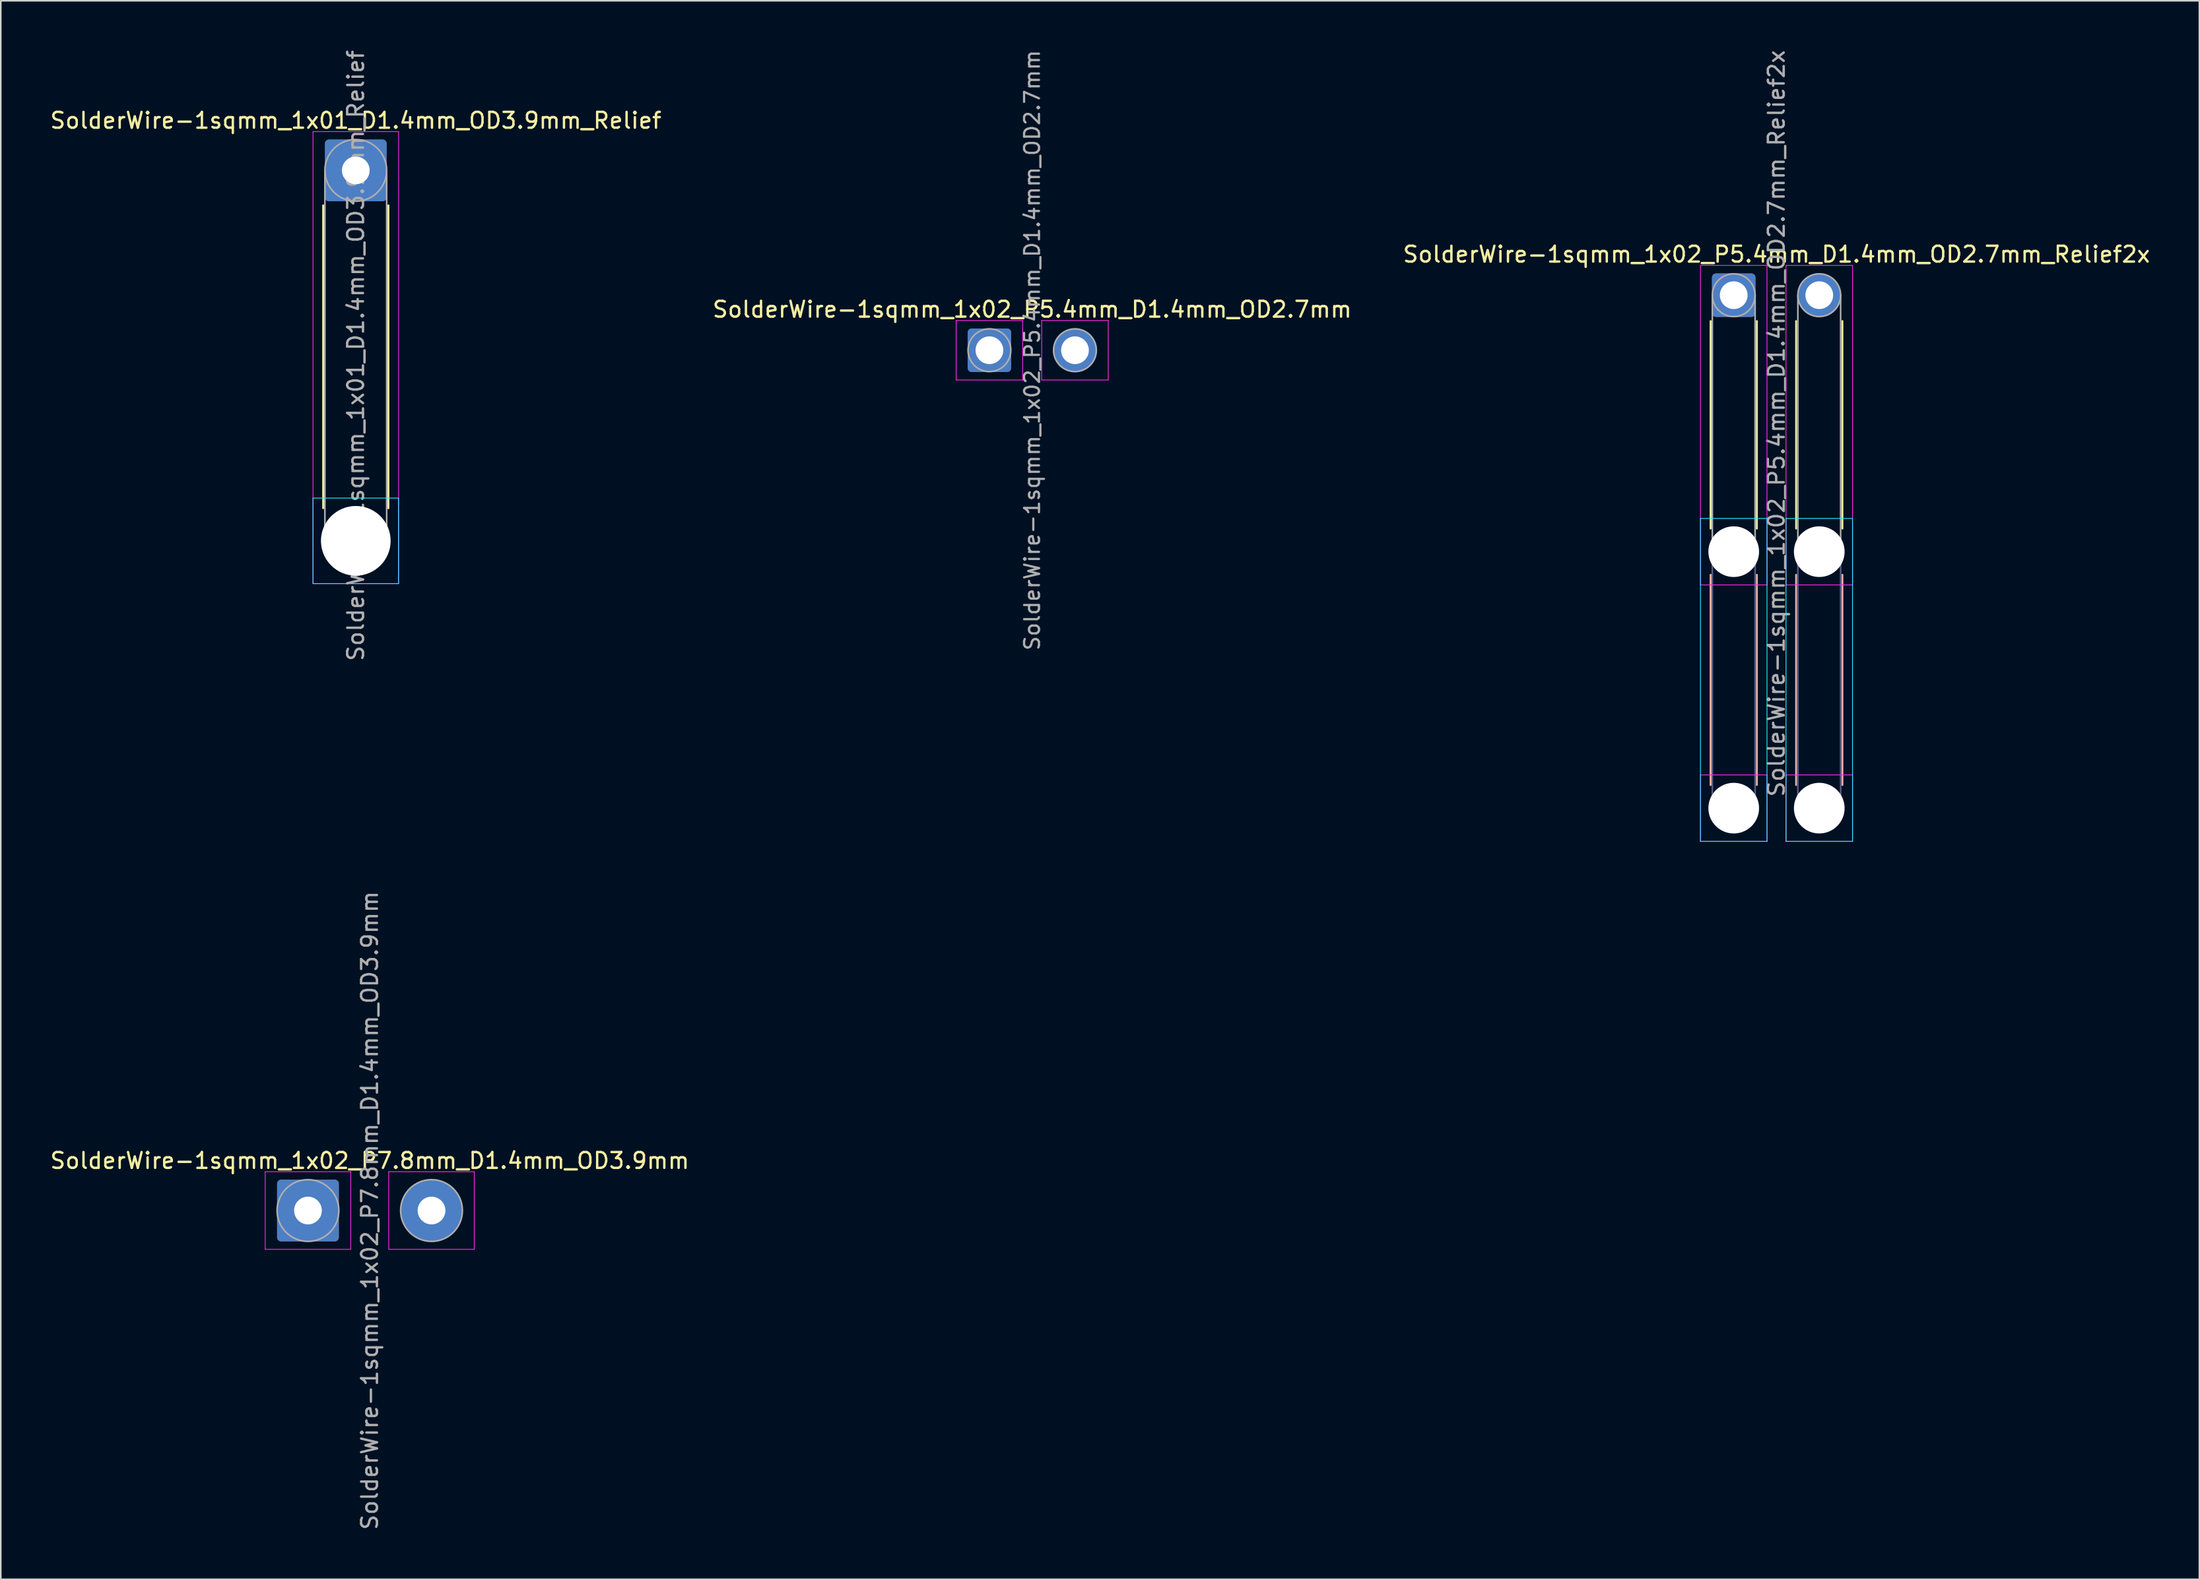
<source format=kicad_pcb>
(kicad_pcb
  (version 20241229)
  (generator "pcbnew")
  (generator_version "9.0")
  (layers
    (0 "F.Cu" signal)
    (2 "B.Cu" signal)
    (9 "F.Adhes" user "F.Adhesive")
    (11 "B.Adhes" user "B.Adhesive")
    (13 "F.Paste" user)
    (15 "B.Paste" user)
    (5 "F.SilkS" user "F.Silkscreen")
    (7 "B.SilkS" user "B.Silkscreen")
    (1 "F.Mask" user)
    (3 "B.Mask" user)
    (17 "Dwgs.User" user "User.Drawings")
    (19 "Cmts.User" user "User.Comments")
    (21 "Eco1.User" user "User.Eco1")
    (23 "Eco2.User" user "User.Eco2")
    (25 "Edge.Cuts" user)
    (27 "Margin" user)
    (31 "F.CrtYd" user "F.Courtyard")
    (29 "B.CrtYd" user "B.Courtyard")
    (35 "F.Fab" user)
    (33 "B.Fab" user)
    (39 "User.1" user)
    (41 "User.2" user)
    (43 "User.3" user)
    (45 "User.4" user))
  (footprint "SolderWire-1sqmm_1x02_P7.8mm_D1.4mm_OD3.9mm"
    (layer "F.Cu")
    (at 16.392 73.413)
    (property "Reference" "SolderWire-1sqmm_1x02_P7.8mm_D1.4mm_OD3.9mm" (at 3.9 -3.15 0) (layer "F.SilkS") (effects (font (size 1 1) (thickness 0.15))))
    (attr exclude_from_pos_files exclude_from_bom)
    (fp_line (start -2.7 -2.45) (end -2.7 2.45) (stroke (width 0.05) (type solid)) (layer "F.CrtYd"))
    (fp_line (start -2.7 2.45) (end 2.7 2.45) (stroke (width 0.05) (type solid)) (layer "F.CrtYd"))
    (fp_line (start 2.7 -2.45) (end -2.7 -2.45) (stroke (width 0.05) (type solid)) (layer "F.CrtYd"))
    (fp_line (start 2.7 2.45) (end 2.7 -2.45) (stroke (width 0.05) (type solid)) (layer "F.CrtYd"))
    (fp_line (start 5.1 -2.45) (end 5.1 2.45) (stroke (width 0.05) (type solid)) (layer "F.CrtYd"))
    (fp_line (start 5.1 2.45) (end 10.5 2.45) (stroke (width 0.05) (type solid)) (layer "F.CrtYd"))
    (fp_line (start 10.5 -2.45) (end 5.1 -2.45) (stroke (width 0.05) (type solid)) (layer "F.CrtYd"))
    (fp_line (start 10.5 2.45) (end 10.5 -2.45) (stroke (width 0.05) (type solid)) (layer "F.CrtYd"))
    (fp_circle (center 0 0) (end 1.95 0) (stroke (width 0.1) (type solid)) (fill no) (layer "F.Fab"))
    (fp_circle (center 7.8 0) (end 9.75 0) (stroke (width 0.1) (type solid)) (fill no) (layer "F.Fab"))
    (fp_text user "${REFERENCE}" (at 3.9 0 90) (layer "F.Fab") (effects (font (size 1 1) (thickness 0.15))))
    (pad "1" thru_hole roundrect (at 0 0) (size 3.9 3.9) (drill 1.75) (layers "*.Cu" "*.Mask") (roundrect_rratio 0.064))
    (pad "2" thru_hole circle (at 7.8 0) (size 3.9 3.9) (drill 1.75) (layers "*.Cu" "*.Mask")))
  (footprint "SolderWire-1sqmm_1x01_D1.4mm_OD3.9mm_Relief"
    (layer "F.Cu")
    (at 19.411 7.711)
    (property "Reference" "SolderWire-1sqmm_1x01_D1.4mm_OD3.9mm_Relief" (at 0 -3.15 0) (layer "F.SilkS") (effects (font (size 1 1) (thickness 0.15))))
    (attr exclude_from_pos_files exclude_from_bom)
    (fp_line (start -2.06 2.21) (end -2.06 21.34) (stroke (width 0.12) (type solid)) (layer "F.SilkS"))
    (fp_line (start 2.06 2.21) (end 2.06 21.34) (stroke (width 0.12) (type solid)) (layer "F.SilkS"))
    (fp_line (start -2.7 20.7) (end -2.7 26.1) (stroke (width 0.05) (type solid)) (layer "B.CrtYd"))
    (fp_line (start -2.7 26.1) (end 2.7 26.1) (stroke (width 0.05) (type solid)) (layer "B.CrtYd"))
    (fp_line (start 2.7 20.7) (end -2.7 20.7) (stroke (width 0.05) (type solid)) (layer "B.CrtYd"))
    (fp_line (start 2.7 26.1) (end 2.7 20.7) (stroke (width 0.05) (type solid)) (layer "B.CrtYd"))
    (fp_line (start -2.7 -2.45) (end -2.7 26.1) (stroke (width 0.05) (type solid)) (layer "F.CrtYd"))
    (fp_line (start -2.7 26.1) (end 2.7 26.1) (stroke (width 0.05) (type solid)) (layer "F.CrtYd"))
    (fp_line (start 2.7 -2.45) (end -2.7 -2.45) (stroke (width 0.05) (type solid)) (layer "F.CrtYd"))
    (fp_line (start 2.7 26.1) (end 2.7 -2.45) (stroke (width 0.05) (type solid)) (layer "F.CrtYd"))
    (fp_line (start -1.95 0) (end -1.95 23.4) (stroke (width 0.1) (type solid)) (layer "F.Fab"))
    (fp_line (start 1.95 0) (end 1.95 23.4) (stroke (width 0.1) (type solid)) (layer "F.Fab"))
    (fp_circle (center 0 0) (end 1.95 0) (stroke (width 0.1) (type solid)) (fill no) (layer "F.Fab"))
    (fp_circle (center 0 23.4) (end 1.95 23.4) (stroke (width 0.1) (type solid)) (fill no) (layer "F.Fab"))
    (fp_text user "${REFERENCE}" (at 0 11.7 90) (layer "F.Fab") (effects (font (size 1 1) (thickness 0.15))))
    (pad "" np_thru_hole circle (at 0 23.4) (size 4.4 4.4) (drill 4.4) (layers "*.Cu" "*.Mask"))
    (pad "1" thru_hole roundrect (at 0 0) (size 3.9 3.9) (drill 1.75) (layers "*.Cu" "*.Mask") (roundrect_rratio 0.064)))
  (footprint "SolderWire-1sqmm_1x02_P5.4mm_D1.4mm_OD2.7mm_Relief2x"
    (layer "F.Cu")
    (at 106.401 15.596)
    (property "Reference" "SolderWire-1sqmm_1x02_P5.4mm_D1.4mm_OD2.7mm_Relief2x" (at 2.7 -2.58 0) (layer "F.SilkS") (effects (font (size 1 1) (thickness 0.15))))
    (attr exclude_from_pos_files exclude_from_bom)
    (fp_line (start -1.46 1.635) (end -1.46 14.74) (stroke (width 0.12) (type solid)) (layer "F.SilkS"))
    (fp_line (start 1.46 1.635) (end 1.46 14.74) (stroke (width 0.12) (type solid)) (layer "F.SilkS"))
    (fp_line (start 3.94 1.635) (end 3.94 14.74) (stroke (width 0.12) (type solid)) (layer "F.SilkS"))
    (fp_line (start 6.86 1.635) (end 6.86 14.74) (stroke (width 0.12) (type solid)) (layer "F.SilkS"))
    (fp_line (start -1.46 17.66) (end -1.46 30.94) (stroke (width 0.12) (type solid)) (layer "B.SilkS"))
    (fp_line (start 1.46 17.66) (end 1.46 30.94) (stroke (width 0.12) (type solid)) (layer "B.SilkS"))
    (fp_line (start 3.94 17.66) (end 3.94 30.94) (stroke (width 0.12) (type solid)) (layer "B.SilkS"))
    (fp_line (start 6.86 17.66) (end 6.86 30.94) (stroke (width 0.12) (type solid)) (layer "B.SilkS"))
    (fp_line (start -2.1 14.1) (end -2.1 34.5) (stroke (width 0.05) (type solid)) (layer "B.CrtYd"))
    (fp_line (start -2.1 34.5) (end 2.1 34.5) (stroke (width 0.05) (type solid)) (layer "B.CrtYd"))
    (fp_line (start 2.1 14.1) (end -2.1 14.1) (stroke (width 0.05) (type solid)) (layer "B.CrtYd"))
    (fp_line (start 2.1 34.5) (end 2.1 14.1) (stroke (width 0.05) (type solid)) (layer "B.CrtYd"))
    (fp_line (start 3.3 14.1) (end 3.3 34.5) (stroke (width 0.05) (type solid)) (layer "B.CrtYd"))
    (fp_line (start 3.3 34.5) (end 7.5 34.5) (stroke (width 0.05) (type solid)) (layer "B.CrtYd"))
    (fp_line (start 7.5 14.1) (end 3.3 14.1) (stroke (width 0.05) (type solid)) (layer "B.CrtYd"))
    (fp_line (start 7.5 34.5) (end 7.5 14.1) (stroke (width 0.05) (type solid)) (layer "B.CrtYd"))
    (fp_line (start -2.1 -1.88) (end -2.1 18.3) (stroke (width 0.05) (type solid)) (layer "F.CrtYd"))
    (fp_line (start -2.1 18.3) (end 2.1 18.3) (stroke (width 0.05) (type solid)) (layer "F.CrtYd"))
    (fp_line (start -2.1 30.3) (end -2.1 34.5) (stroke (width 0.05) (type solid)) (layer "F.CrtYd"))
    (fp_line (start -2.1 34.5) (end 2.1 34.5) (stroke (width 0.05) (type solid)) (layer "F.CrtYd"))
    (fp_line (start 2.1 -1.88) (end -2.1 -1.88) (stroke (width 0.05) (type solid)) (layer "F.CrtYd"))
    (fp_line (start 2.1 18.3) (end 2.1 -1.88) (stroke (width 0.05) (type solid)) (layer "F.CrtYd"))
    (fp_line (start 2.1 30.3) (end -2.1 30.3) (stroke (width 0.05) (type solid)) (layer "F.CrtYd"))
    (fp_line (start 2.1 34.5) (end 2.1 30.3) (stroke (width 0.05) (type solid)) (layer "F.CrtYd"))
    (fp_line (start 3.3 -1.88) (end 3.3 18.3) (stroke (width 0.05) (type solid)) (layer "F.CrtYd"))
    (fp_line (start 3.3 18.3) (end 7.5 18.3) (stroke (width 0.05) (type solid)) (layer "F.CrtYd"))
    (fp_line (start 3.3 30.3) (end 3.3 34.5) (stroke (width 0.05) (type solid)) (layer "F.CrtYd"))
    (fp_line (start 3.3 34.5) (end 7.5 34.5) (stroke (width 0.05) (type solid)) (layer "F.CrtYd"))
    (fp_line (start 7.5 -1.88) (end 3.3 -1.88) (stroke (width 0.05) (type solid)) (layer "F.CrtYd"))
    (fp_line (start 7.5 18.3) (end 7.5 -1.88) (stroke (width 0.05) (type solid)) (layer "F.CrtYd"))
    (fp_line (start 7.5 30.3) (end 3.3 30.3) (stroke (width 0.05) (type solid)) (layer "F.CrtYd"))
    (fp_line (start 7.5 34.5) (end 7.5 30.3) (stroke (width 0.05) (type solid)) (layer "F.CrtYd"))
    (fp_line (start -1.35 16.2) (end -1.35 32.4) (stroke (width 0.1) (type solid)) (layer "B.Fab"))
    (fp_line (start 1.35 16.2) (end 1.35 32.4) (stroke (width 0.1) (type solid)) (layer "B.Fab"))
    (fp_line (start 4.05 16.2) (end 4.05 32.4) (stroke (width 0.1) (type solid)) (layer "B.Fab"))
    (fp_line (start 6.75 16.2) (end 6.75 32.4) (stroke (width 0.1) (type solid)) (layer "B.Fab"))
    (fp_circle (center 0 16.2) (end 1.35 16.2) (stroke (width 0.1) (type solid)) (fill no) (layer "B.Fab"))
    (fp_circle (center 0 32.4) (end 1.35 32.4) (stroke (width 0.1) (type solid)) (fill no) (layer "B.Fab"))
    (fp_circle (center 5.4 16.2) (end 6.75 16.2) (stroke (width 0.1) (type solid)) (fill no) (layer "B.Fab"))
    (fp_circle (center 5.4 32.4) (end 6.75 32.4) (stroke (width 0.1) (type solid)) (fill no) (layer "B.Fab"))
    (fp_line (start -1.35 0) (end -1.35 16.2) (stroke (width 0.1) (type solid)) (layer "F.Fab"))
    (fp_line (start 1.35 0) (end 1.35 16.2) (stroke (width 0.1) (type solid)) (layer "F.Fab"))
    (fp_line (start 4.05 0) (end 4.05 16.2) (stroke (width 0.1) (type solid)) (layer "F.Fab"))
    (fp_line (start 6.75 0) (end 6.75 16.2) (stroke (width 0.1) (type solid)) (layer "F.Fab"))
    (fp_circle (center 0 0) (end 1.35 0) (stroke (width 0.1) (type solid)) (fill no) (layer "F.Fab"))
    (fp_circle (center 0 16.2) (end 1.35 16.2) (stroke (width 0.1) (type solid)) (fill no) (layer "F.Fab"))
    (fp_circle (center 0 32.4) (end 1.35 32.4) (stroke (width 0.1) (type solid)) (fill no) (layer "F.Fab"))
    (fp_circle (center 5.4 0) (end 6.75 0) (stroke (width 0.1) (type solid)) (fill no) (layer "F.Fab"))
    (fp_circle (center 5.4 16.2) (end 6.75 16.2) (stroke (width 0.1) (type solid)) (fill no) (layer "F.Fab"))
    (fp_circle (center 5.4 32.4) (end 6.75 32.4) (stroke (width 0.1) (type solid)) (fill no) (layer "F.Fab"))
    (fp_text user "${REFERENCE}" (at 2.7 8.1 90) (layer "F.Fab") (effects (font (size 1 1) (thickness 0.15))))
    (pad "" np_thru_hole circle (at 0 16.2) (size 3.2 3.2) (drill 3.2) (layers "*.Cu" "*.Mask"))
    (pad "" np_thru_hole circle (at 0 32.4) (size 3.2 3.2) (drill 3.2) (layers "*.Cu" "*.Mask"))
    (pad "" np_thru_hole circle (at 5.4 16.2) (size 3.2 3.2) (drill 3.2) (layers "*.Cu" "*.Mask"))
    (pad "" np_thru_hole circle (at 5.4 32.4) (size 3.2 3.2) (drill 3.2) (layers "*.Cu" "*.Mask"))
    (pad "1" thru_hole roundrect (at 0 0) (size 2.75 2.75) (drill 1.75) (layers "*.Cu" "*.Mask") (roundrect_rratio 0.091))
    (pad "2" thru_hole circle (at 5.4 0) (size 2.75 2.75) (drill 1.75) (layers "*.Cu" "*.Mask")))
  (footprint "SolderWire-1sqmm_1x02_P5.4mm_D1.4mm_OD2.7mm"
    (layer "F.Cu")
    (at 59.413 19.073)
    (property "Reference" "SolderWire-1sqmm_1x02_P5.4mm_D1.4mm_OD2.7mm" (at 2.7 -2.58 0) (layer "F.SilkS") (effects (font (size 1 1) (thickness 0.15))))
    (attr exclude_from_pos_files exclude_from_bom)
    (fp_line (start -2.1 -1.88) (end -2.1 1.88) (stroke (width 0.05) (type solid)) (layer "F.CrtYd"))
    (fp_line (start -2.1 1.88) (end 2.1 1.88) (stroke (width 0.05) (type solid)) (layer "F.CrtYd"))
    (fp_line (start 2.1 -1.88) (end -2.1 -1.88) (stroke (width 0.05) (type solid)) (layer "F.CrtYd"))
    (fp_line (start 2.1 1.88) (end 2.1 -1.88) (stroke (width 0.05) (type solid)) (layer "F.CrtYd"))
    (fp_line (start 3.3 -1.88) (end 3.3 1.88) (stroke (width 0.05) (type solid)) (layer "F.CrtYd"))
    (fp_line (start 3.3 1.88) (end 7.5 1.88) (stroke (width 0.05) (type solid)) (layer "F.CrtYd"))
    (fp_line (start 7.5 -1.88) (end 3.3 -1.88) (stroke (width 0.05) (type solid)) (layer "F.CrtYd"))
    (fp_line (start 7.5 1.88) (end 7.5 -1.88) (stroke (width 0.05) (type solid)) (layer "F.CrtYd"))
    (fp_circle (center 0 0) (end 1.35 0) (stroke (width 0.1) (type solid)) (fill no) (layer "F.Fab"))
    (fp_circle (center 5.4 0) (end 6.75 0) (stroke (width 0.1) (type solid)) (fill no) (layer "F.Fab"))
    (fp_text user "${REFERENCE}" (at 2.7 0 90) (layer "F.Fab") (effects (font (size 0.94 0.94) (thickness 0.14))))
    (pad "1" thru_hole roundrect (at 0 0) (size 2.75 2.75) (drill 1.75) (layers "*.Cu" "*.Mask") (roundrect_rratio 0.091))
    (pad "2" thru_hole circle (at 5.4 0) (size 2.75 2.75) (drill 1.75) (layers "*.Cu" "*.Mask")))
  (gr_rect
    (start -3 -3)
    (end 135.798 96.705)
    (stroke (width 0.1) (type default))
    (fill no)
    (layer "Edge.Cuts")))
</source>
